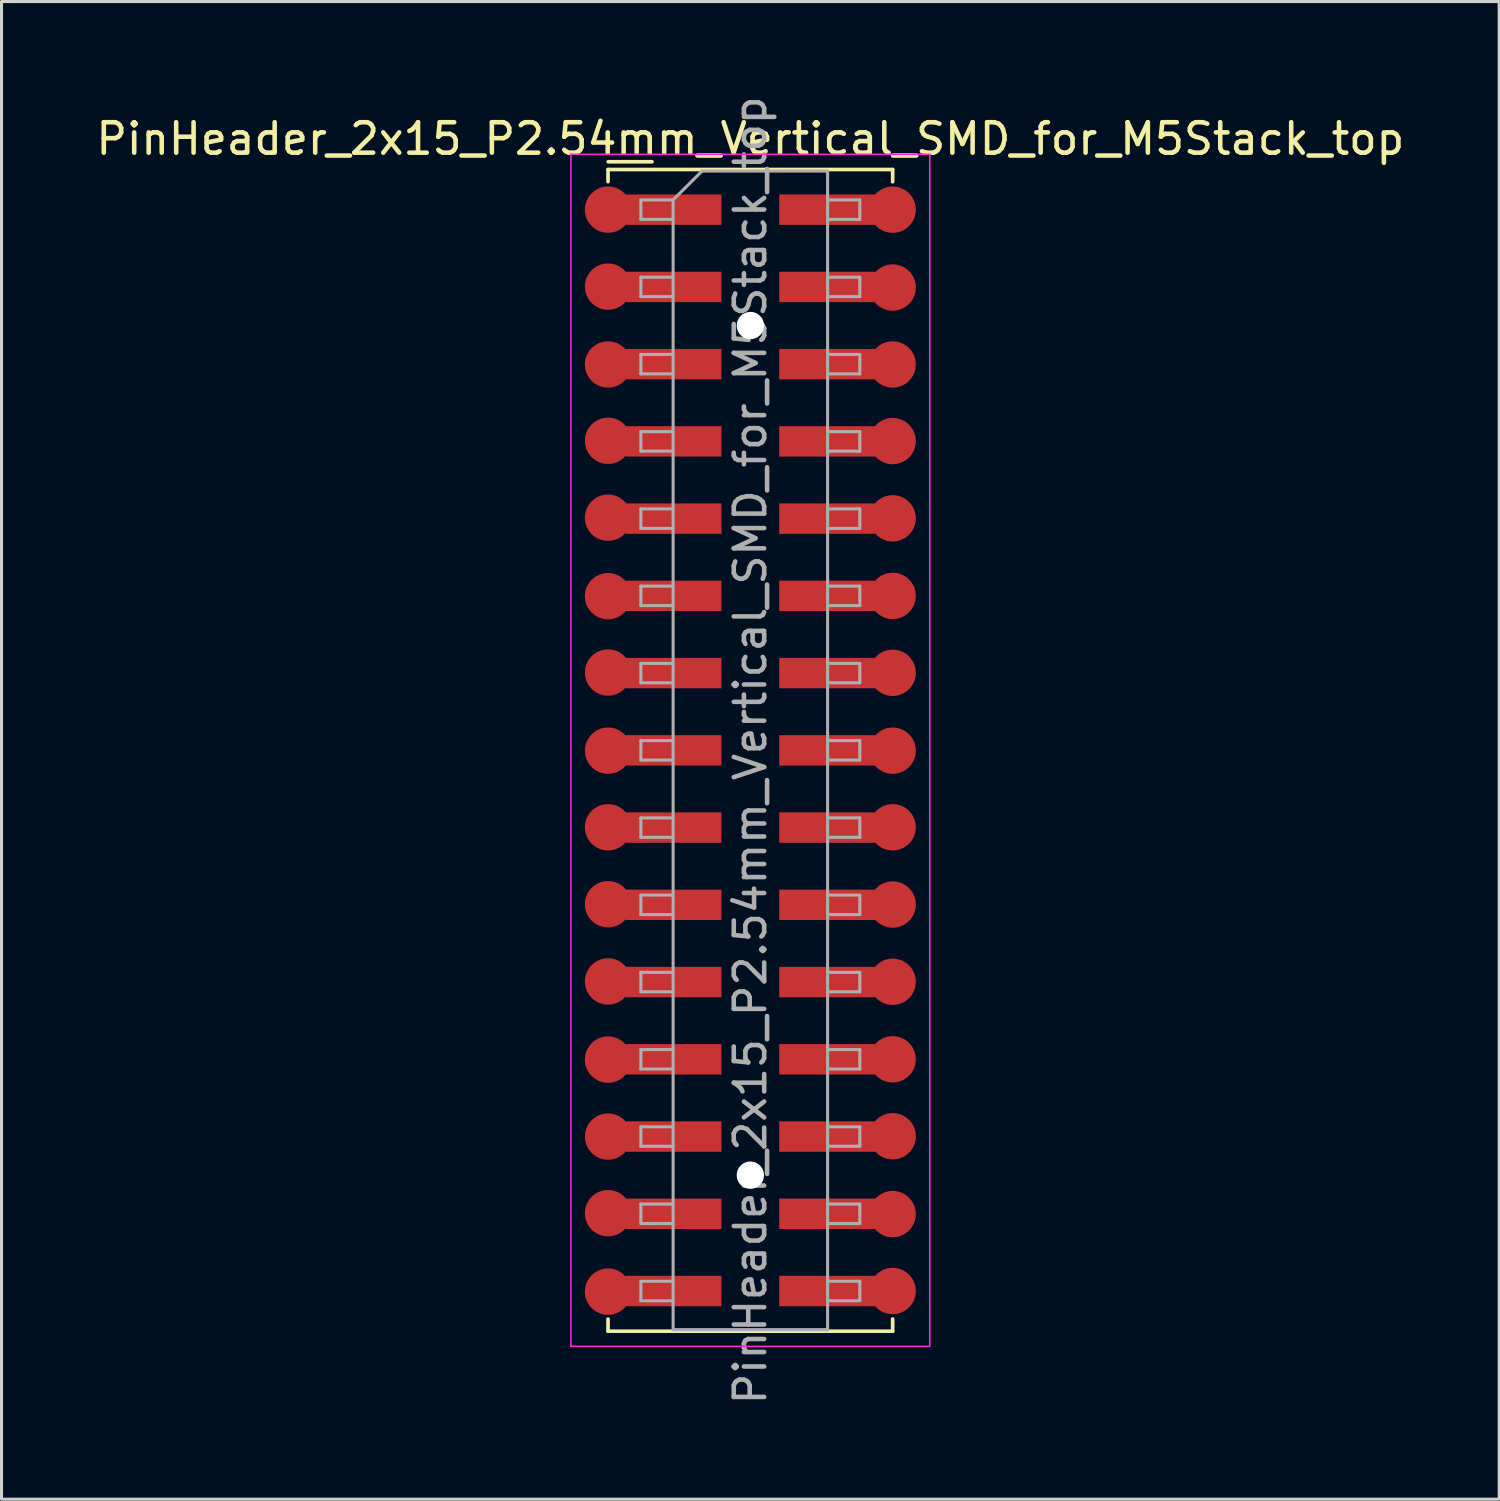
<source format=kicad_pcb>
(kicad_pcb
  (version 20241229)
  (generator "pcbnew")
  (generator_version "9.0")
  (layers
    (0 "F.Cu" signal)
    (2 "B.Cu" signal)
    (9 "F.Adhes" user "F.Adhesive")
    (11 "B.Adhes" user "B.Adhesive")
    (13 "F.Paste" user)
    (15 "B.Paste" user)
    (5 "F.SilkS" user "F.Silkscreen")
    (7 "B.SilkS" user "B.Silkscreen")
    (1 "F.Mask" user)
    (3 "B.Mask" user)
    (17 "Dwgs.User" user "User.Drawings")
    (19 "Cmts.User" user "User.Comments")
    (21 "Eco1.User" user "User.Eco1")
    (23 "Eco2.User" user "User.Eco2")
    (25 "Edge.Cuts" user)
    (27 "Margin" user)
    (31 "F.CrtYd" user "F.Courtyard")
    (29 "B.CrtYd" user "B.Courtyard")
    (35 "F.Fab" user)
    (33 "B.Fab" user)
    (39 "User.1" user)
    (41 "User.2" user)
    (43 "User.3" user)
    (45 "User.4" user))
  (footprint "PinHeader_2x15_P2.54mm_Vertical_SMD_for_M5Stack_top"
    (layer "F.Cu")
    (at 21.625 21.625)
    (property "Reference" "PinHeader_2x15_P2.54mm_Vertical_SMD_for_M5Stack_top" (at 0 -20.11 0) (layer "F.SilkS") (effects (font (size 1 1) (thickness 0.15))))
    (attr smd)
    (fp_line (start -4.68 -19.101) (end -4.68 -18.701) (stroke (width 0.12) (type solid)) (layer "F.SilkS"))
    (fp_line (start -4.68 -19.101) (end 4.68 -19.101) (stroke (width 0.12) (type solid)) (layer "F.SilkS"))
    (fp_line (start -4.68 18.701) (end -4.68 19.101) (stroke (width 0.12) (type solid)) (layer "F.SilkS"))
    (fp_line (start -4.68 19.101) (end 4.68 19.101) (stroke (width 0.12) (type solid)) (layer "F.SilkS"))
    (fp_line (start -4.674 -19.355) (end -3.234 -19.355) (stroke (width 0.12) (type solid)) (layer "F.SilkS"))
    (fp_line (start 4.68 -19.101) (end 4.68 -18.701) (stroke (width 0.12) (type solid)) (layer "F.SilkS"))
    (fp_line (start 4.68 18.701) (end 4.68 19.101) (stroke (width 0.12) (type solid)) (layer "F.SilkS"))
    (fp_line (start -5.9 -19.6) (end -5.9 19.6) (stroke (width 0.05) (type solid)) (layer "F.CrtYd"))
    (fp_line (start -5.9 19.6) (end 5.9 19.6) (stroke (width 0.05) (type solid)) (layer "F.CrtYd"))
    (fp_line (start 5.9 -19.6) (end -5.9 -19.6) (stroke (width 0.05) (type solid)) (layer "F.CrtYd"))
    (fp_line (start 5.9 19.6) (end 5.9 -19.6) (stroke (width 0.05) (type solid)) (layer "F.CrtYd"))
    (fp_line (start -3.6 -18.1) (end -3.6 -17.46) (stroke (width 0.1) (type solid)) (layer "F.Fab"))
    (fp_line (start -3.6 -17.46) (end -2.54 -17.46) (stroke (width 0.1) (type solid)) (layer "F.Fab"))
    (fp_line (start -3.6 -15.56) (end -3.6 -14.92) (stroke (width 0.1) (type solid)) (layer "F.Fab"))
    (fp_line (start -3.6 -14.92) (end -2.54 -14.92) (stroke (width 0.1) (type solid)) (layer "F.Fab"))
    (fp_line (start -3.6 -13.02) (end -3.6 -12.38) (stroke (width 0.1) (type solid)) (layer "F.Fab"))
    (fp_line (start -3.6 -12.38) (end -2.54 -12.38) (stroke (width 0.1) (type solid)) (layer "F.Fab"))
    (fp_line (start -3.6 -10.48) (end -3.6 -9.84) (stroke (width 0.1) (type solid)) (layer "F.Fab"))
    (fp_line (start -3.6 -9.84) (end -2.54 -9.84) (stroke (width 0.1) (type solid)) (layer "F.Fab"))
    (fp_line (start -3.6 -7.94) (end -3.6 -7.3) (stroke (width 0.1) (type solid)) (layer "F.Fab"))
    (fp_line (start -3.6 -7.3) (end -2.54 -7.3) (stroke (width 0.1) (type solid)) (layer "F.Fab"))
    (fp_line (start -3.6 -5.4) (end -3.6 -4.76) (stroke (width 0.1) (type solid)) (layer "F.Fab"))
    (fp_line (start -3.6 -4.76) (end -2.54 -4.76) (stroke (width 0.1) (type solid)) (layer "F.Fab"))
    (fp_line (start -3.6 -2.86) (end -3.6 -2.22) (stroke (width 0.1) (type solid)) (layer "F.Fab"))
    (fp_line (start -3.6 -2.22) (end -2.54 -2.22) (stroke (width 0.1) (type solid)) (layer "F.Fab"))
    (fp_line (start -3.6 -0.32) (end -3.6 0.32) (stroke (width 0.1) (type solid)) (layer "F.Fab"))
    (fp_line (start -3.6 0.32) (end -2.54 0.32) (stroke (width 0.1) (type solid)) (layer "F.Fab"))
    (fp_line (start -3.6 2.22) (end -3.6 2.86) (stroke (width 0.1) (type solid)) (layer "F.Fab"))
    (fp_line (start -3.6 2.86) (end -2.54 2.86) (stroke (width 0.1) (type solid)) (layer "F.Fab"))
    (fp_line (start -3.6 4.76) (end -3.6 5.4) (stroke (width 0.1) (type solid)) (layer "F.Fab"))
    (fp_line (start -3.6 5.4) (end -2.54 5.4) (stroke (width 0.1) (type solid)) (layer "F.Fab"))
    (fp_line (start -3.6 7.3) (end -3.6 7.94) (stroke (width 0.1) (type solid)) (layer "F.Fab"))
    (fp_line (start -3.6 7.94) (end -2.54 7.94) (stroke (width 0.1) (type solid)) (layer "F.Fab"))
    (fp_line (start -3.6 9.84) (end -3.6 10.48) (stroke (width 0.1) (type solid)) (layer "F.Fab"))
    (fp_line (start -3.6 10.48) (end -2.54 10.48) (stroke (width 0.1) (type solid)) (layer "F.Fab"))
    (fp_line (start -3.6 12.38) (end -3.6 13.02) (stroke (width 0.1) (type solid)) (layer "F.Fab"))
    (fp_line (start -3.6 13.02) (end -2.54 13.02) (stroke (width 0.1) (type solid)) (layer "F.Fab"))
    (fp_line (start -3.6 14.92) (end -3.6 15.56) (stroke (width 0.1) (type solid)) (layer "F.Fab"))
    (fp_line (start -3.6 15.56) (end -2.54 15.56) (stroke (width 0.1) (type solid)) (layer "F.Fab"))
    (fp_line (start -3.6 17.46) (end -3.6 18.1) (stroke (width 0.1) (type solid)) (layer "F.Fab"))
    (fp_line (start -3.6 18.1) (end -2.54 18.1) (stroke (width 0.1) (type solid)) (layer "F.Fab"))
    (fp_line (start -2.54 -18.1) (end -3.6 -18.1) (stroke (width 0.1) (type solid)) (layer "F.Fab"))
    (fp_line (start -2.54 -18.1) (end -1.59 -19.05) (stroke (width 0.1) (type solid)) (layer "F.Fab"))
    (fp_line (start -2.54 -15.56) (end -3.6 -15.56) (stroke (width 0.1) (type solid)) (layer "F.Fab"))
    (fp_line (start -2.54 -13.02) (end -3.6 -13.02) (stroke (width 0.1) (type solid)) (layer "F.Fab"))
    (fp_line (start -2.54 -10.48) (end -3.6 -10.48) (stroke (width 0.1) (type solid)) (layer "F.Fab"))
    (fp_line (start -2.54 -7.94) (end -3.6 -7.94) (stroke (width 0.1) (type solid)) (layer "F.Fab"))
    (fp_line (start -2.54 -5.4) (end -3.6 -5.4) (stroke (width 0.1) (type solid)) (layer "F.Fab"))
    (fp_line (start -2.54 -2.86) (end -3.6 -2.86) (stroke (width 0.1) (type solid)) (layer "F.Fab"))
    (fp_line (start -2.54 -0.32) (end -3.6 -0.32) (stroke (width 0.1) (type solid)) (layer "F.Fab"))
    (fp_line (start -2.54 2.22) (end -3.6 2.22) (stroke (width 0.1) (type solid)) (layer "F.Fab"))
    (fp_line (start -2.54 4.76) (end -3.6 4.76) (stroke (width 0.1) (type solid)) (layer "F.Fab"))
    (fp_line (start -2.54 7.3) (end -3.6 7.3) (stroke (width 0.1) (type solid)) (layer "F.Fab"))
    (fp_line (start -2.54 9.84) (end -3.6 9.84) (stroke (width 0.1) (type solid)) (layer "F.Fab"))
    (fp_line (start -2.54 12.38) (end -3.6 12.38) (stroke (width 0.1) (type solid)) (layer "F.Fab"))
    (fp_line (start -2.54 14.92) (end -3.6 14.92) (stroke (width 0.1) (type solid)) (layer "F.Fab"))
    (fp_line (start -2.54 17.46) (end -3.6 17.46) (stroke (width 0.1) (type solid)) (layer "F.Fab"))
    (fp_line (start -2.54 19.05) (end -2.54 -18.1) (stroke (width 0.1) (type solid)) (layer "F.Fab"))
    (fp_line (start -1.59 -19.05) (end 2.54 -19.05) (stroke (width 0.1) (type solid)) (layer "F.Fab"))
    (fp_line (start 2.54 -19.05) (end 2.54 19.05) (stroke (width 0.1) (type solid)) (layer "F.Fab"))
    (fp_line (start 2.54 -18.1) (end 3.6 -18.1) (stroke (width 0.1) (type solid)) (layer "F.Fab"))
    (fp_line (start 2.54 -15.56) (end 3.6 -15.56) (stroke (width 0.1) (type solid)) (layer "F.Fab"))
    (fp_line (start 2.54 -13.02) (end 3.6 -13.02) (stroke (width 0.1) (type solid)) (layer "F.Fab"))
    (fp_line (start 2.54 -10.48) (end 3.6 -10.48) (stroke (width 0.1) (type solid)) (layer "F.Fab"))
    (fp_line (start 2.54 -7.94) (end 3.6 -7.94) (stroke (width 0.1) (type solid)) (layer "F.Fab"))
    (fp_line (start 2.54 -5.4) (end 3.6 -5.4) (stroke (width 0.1) (type solid)) (layer "F.Fab"))
    (fp_line (start 2.54 -2.86) (end 3.6 -2.86) (stroke (width 0.1) (type solid)) (layer "F.Fab"))
    (fp_line (start 2.54 -0.32) (end 3.6 -0.32) (stroke (width 0.1) (type solid)) (layer "F.Fab"))
    (fp_line (start 2.54 2.22) (end 3.6 2.22) (stroke (width 0.1) (type solid)) (layer "F.Fab"))
    (fp_line (start 2.54 4.76) (end 3.6 4.76) (stroke (width 0.1) (type solid)) (layer "F.Fab"))
    (fp_line (start 2.54 7.3) (end 3.6 7.3) (stroke (width 0.1) (type solid)) (layer "F.Fab"))
    (fp_line (start 2.54 9.84) (end 3.6 9.84) (stroke (width 0.1) (type solid)) (layer "F.Fab"))
    (fp_line (start 2.54 12.38) (end 3.6 12.38) (stroke (width 0.1) (type solid)) (layer "F.Fab"))
    (fp_line (start 2.54 14.92) (end 3.6 14.92) (stroke (width 0.1) (type solid)) (layer "F.Fab"))
    (fp_line (start 2.54 17.46) (end 3.6 17.46) (stroke (width 0.1) (type solid)) (layer "F.Fab"))
    (fp_line (start 2.54 19.05) (end -2.54 19.05) (stroke (width 0.1) (type solid)) (layer "F.Fab"))
    (fp_line (start 3.6 -18.1) (end 3.6 -17.46) (stroke (width 0.1) (type solid)) (layer "F.Fab"))
    (fp_line (start 3.6 -17.46) (end 2.54 -17.46) (stroke (width 0.1) (type solid)) (layer "F.Fab"))
    (fp_line (start 3.6 -15.56) (end 3.6 -14.92) (stroke (width 0.1) (type solid)) (layer "F.Fab"))
    (fp_line (start 3.6 -14.92) (end 2.54 -14.92) (stroke (width 0.1) (type solid)) (layer "F.Fab"))
    (fp_line (start 3.6 -13.02) (end 3.6 -12.38) (stroke (width 0.1) (type solid)) (layer "F.Fab"))
    (fp_line (start 3.6 -12.38) (end 2.54 -12.38) (stroke (width 0.1) (type solid)) (layer "F.Fab"))
    (fp_line (start 3.6 -10.48) (end 3.6 -9.84) (stroke (width 0.1) (type solid)) (layer "F.Fab"))
    (fp_line (start 3.6 -9.84) (end 2.54 -9.84) (stroke (width 0.1) (type solid)) (layer "F.Fab"))
    (fp_line (start 3.6 -7.94) (end 3.6 -7.3) (stroke (width 0.1) (type solid)) (layer "F.Fab"))
    (fp_line (start 3.6 -7.3) (end 2.54 -7.3) (stroke (width 0.1) (type solid)) (layer "F.Fab"))
    (fp_line (start 3.6 -5.4) (end 3.6 -4.76) (stroke (width 0.1) (type solid)) (layer "F.Fab"))
    (fp_line (start 3.6 -4.76) (end 2.54 -4.76) (stroke (width 0.1) (type solid)) (layer "F.Fab"))
    (fp_line (start 3.6 -2.86) (end 3.6 -2.22) (stroke (width 0.1) (type solid)) (layer "F.Fab"))
    (fp_line (start 3.6 -2.22) (end 2.54 -2.22) (stroke (width 0.1) (type solid)) (layer "F.Fab"))
    (fp_line (start 3.6 -0.32) (end 3.6 0.32) (stroke (width 0.1) (type solid)) (layer "F.Fab"))
    (fp_line (start 3.6 0.32) (end 2.54 0.32) (stroke (width 0.1) (type solid)) (layer "F.Fab"))
    (fp_line (start 3.6 2.22) (end 3.6 2.86) (stroke (width 0.1) (type solid)) (layer "F.Fab"))
    (fp_line (start 3.6 2.86) (end 2.54 2.86) (stroke (width 0.1) (type solid)) (layer "F.Fab"))
    (fp_line (start 3.6 4.76) (end 3.6 5.4) (stroke (width 0.1) (type solid)) (layer "F.Fab"))
    (fp_line (start 3.6 5.4) (end 2.54 5.4) (stroke (width 0.1) (type solid)) (layer "F.Fab"))
    (fp_line (start 3.6 7.3) (end 3.6 7.94) (stroke (width 0.1) (type solid)) (layer "F.Fab"))
    (fp_line (start 3.6 7.94) (end 2.54 7.94) (stroke (width 0.1) (type solid)) (layer "F.Fab"))
    (fp_line (start 3.6 9.84) (end 3.6 10.48) (stroke (width 0.1) (type solid)) (layer "F.Fab"))
    (fp_line (start 3.6 10.48) (end 2.54 10.48) (stroke (width 0.1) (type solid)) (layer "F.Fab"))
    (fp_line (start 3.6 12.38) (end 3.6 13.02) (stroke (width 0.1) (type solid)) (layer "F.Fab"))
    (fp_line (start 3.6 13.02) (end 2.54 13.02) (stroke (width 0.1) (type solid)) (layer "F.Fab"))
    (fp_line (start 3.6 14.92) (end 3.6 15.56) (stroke (width 0.1) (type solid)) (layer "F.Fab"))
    (fp_line (start 3.6 15.56) (end 2.54 15.56) (stroke (width 0.1) (type solid)) (layer "F.Fab"))
    (fp_line (start 3.6 17.46) (end 3.6 18.1) (stroke (width 0.1) (type solid)) (layer "F.Fab"))
    (fp_line (start 3.6 18.1) (end 2.54 18.1) (stroke (width 0.1) (type solid)) (layer "F.Fab"))
    (fp_text user "${REFERENCE}" (at 0 0 90) (layer "F.Fab") (effects (font (size 1 1) (thickness 0.15))))
    (pad "" np_thru_hole circle (at 0 -13.97) (size 0.9 0.9) (drill 0.9) (layers "*.Cu" "*.Mask"))
    (pad "" np_thru_hole circle (at 0 13.97) (size 0.9 0.9) (drill 0.9) (layers "*.Cu" "*.Mask"))
    (pad "1" smd circle (at -4.68 -17.78) (size 1.524 1.524) (layers "F.Cu" "F.Mask" "F.Paste"))
    (pad "1" smd rect (at -2.525 -17.78) (size 3.15 1) (layers "F.Cu" "F.Mask" "F.Paste"))
    (pad "2" smd rect (at 2.525 -17.78) (size 3.15 1) (layers "F.Cu" "F.Mask" "F.Paste"))
    (pad "2" smd circle (at 4.68 -17.78) (size 1.524 1.524) (layers "F.Cu" "F.Mask" "F.Paste"))
    (pad "3" smd circle (at -4.68 -15.25) (size 1.524 1.524) (layers "F.Cu" "F.Mask" "F.Paste"))
    (pad "3" smd rect (at -2.525 -15.24) (size 3.15 1) (layers "F.Cu" "F.Mask" "F.Paste"))
    (pad "4" smd rect (at 2.525 -15.24) (size 3.15 1) (layers "F.Cu" "F.Mask" "F.Paste"))
    (pad "4" smd circle (at 4.68 -15.22) (size 1.524 1.524) (layers "F.Cu" "F.Mask" "F.Paste"))
    (pad "5" smd circle (at -4.68 -12.69) (size 1.524 1.524) (layers "F.Cu" "F.Mask" "F.Paste"))
    (pad "5" smd rect (at -2.525 -12.7) (size 3.15 1) (layers "F.Cu" "F.Mask" "F.Paste"))
    (pad "6" smd rect (at 2.525 -12.7) (size 3.15 1) (layers "F.Cu" "F.Mask" "F.Paste"))
    (pad "6" smd circle (at 4.68 -12.69) (size 1.524 1.524) (layers "F.Cu" "F.Mask" "F.Paste"))
    (pad "7" smd circle (at -4.68 -10.18) (size 1.524 1.524) (layers "F.Cu" "F.Mask" "F.Paste"))
    (pad "7" smd rect (at -2.525 -10.16) (size 3.15 1) (layers "F.Cu" "F.Mask" "F.Paste"))
    (pad "8" smd rect (at 2.525 -10.16) (size 3.15 1) (layers "F.Cu" "F.Mask" "F.Paste"))
    (pad "8" smd circle (at 4.68 -10.17) (size 1.524 1.524) (layers "F.Cu" "F.Mask" "F.Paste"))
    (pad "9" smd circle (at -4.68 -7.65) (size 1.524 1.524) (layers "F.Cu" "F.Mask" "F.Paste"))
    (pad "9" smd rect (at -2.525 -7.62) (size 3.15 1) (layers "F.Cu" "F.Mask" "F.Paste"))
    (pad "10" smd rect (at 2.525 -7.62) (size 3.15 1) (layers "F.Cu" "F.Mask" "F.Paste"))
    (pad "10" smd circle (at 4.68 -7.63) (size 1.524 1.524) (layers "F.Cu" "F.Mask" "F.Paste"))
    (pad "11" smd circle (at -4.68 -5.07) (size 1.524 1.524) (layers "F.Cu" "F.Mask" "F.Paste"))
    (pad "11" smd rect (at -2.525 -5.08) (size 3.15 1) (layers "F.Cu" "F.Mask" "F.Paste"))
    (pad "12" smd rect (at 2.525 -5.08) (size 3.15 1) (layers "F.Cu" "F.Mask" "F.Paste"))
    (pad "12" smd circle (at 4.68 -5.08) (size 1.524 1.524) (layers "F.Cu" "F.Mask" "F.Paste"))
    (pad "13" smd circle (at -4.68 -2.56) (size 1.524 1.524) (layers "F.Cu" "F.Mask" "F.Paste"))
    (pad "13" smd rect (at -2.525 -2.54) (size 3.15 1) (layers "F.Cu" "F.Mask" "F.Paste"))
    (pad "14" smd rect (at 2.525 -2.54) (size 3.15 1) (layers "F.Cu" "F.Mask" "F.Paste"))
    (pad "14" smd circle (at 4.68 -2.55) (size 1.524 1.524) (layers "F.Cu" "F.Mask" "F.Paste"))
    (pad "15" smd circle (at -4.68 0.01) (size 1.524 1.524) (layers "F.Cu" "F.Mask" "F.Paste"))
    (pad "15" smd rect (at -2.525 0) (size 3.15 1) (layers "F.Cu" "F.Mask" "F.Paste"))
    (pad "16" smd rect (at 2.525 0) (size 3.15 1) (layers "F.Cu" "F.Mask" "F.Paste"))
    (pad "16" smd circle (at 4.68 0.01) (size 1.524 1.524) (layers "F.Cu" "F.Mask" "F.Paste"))
    (pad "17" smd circle (at -4.68 2.53) (size 1.524 1.524) (layers "F.Cu" "F.Mask" "F.Paste"))
    (pad "17" smd rect (at -2.525 2.54) (size 3.15 1) (layers "F.Cu" "F.Mask" "F.Paste"))
    (pad "18" smd rect (at 2.525 2.54) (size 3.15 1) (layers "F.Cu" "F.Mask" "F.Paste"))
    (pad "18" smd circle (at 4.68 2.53) (size 1.524 1.524) (layers "F.Cu" "F.Mask" "F.Paste"))
    (pad "19" smd circle (at -4.68 5.06) (size 1.524 1.524) (layers "F.Cu" "F.Mask" "F.Paste"))
    (pad "19" smd rect (at -2.525 5.08) (size 3.15 1) (layers "F.Cu" "F.Mask" "F.Paste"))
    (pad "20" smd rect (at 2.525 5.08) (size 3.15 1) (layers "F.Cu" "F.Mask" "F.Paste"))
    (pad "20" smd circle (at 4.68 5.07) (size 1.524 1.524) (layers "F.Cu" "F.Mask" "F.Paste"))
    (pad "21" smd circle (at -4.68 7.6) (size 1.524 1.524) (layers "F.Cu" "F.Mask" "F.Paste"))
    (pad "21" smd rect (at -2.525 7.62) (size 3.15 1) (layers "F.Cu" "F.Mask" "F.Paste"))
    (pad "22" smd rect (at 2.525 7.62) (size 3.15 1) (layers "F.Cu" "F.Mask" "F.Paste"))
    (pad "22" smd circle (at 4.68 7.61) (size 1.524 1.524) (layers "F.Cu" "F.Mask" "F.Paste"))
    (pad "23" smd circle (at -4.68 10.17) (size 1.524 1.524) (layers "F.Cu" "F.Mask" "F.Paste"))
    (pad "23" smd rect (at -2.525 10.16) (size 3.15 1) (layers "F.Cu" "F.Mask" "F.Paste"))
    (pad "24" smd rect (at 2.525 10.16) (size 3.15 1) (layers "F.Cu" "F.Mask" "F.Paste"))
    (pad "24" smd circle (at 4.68 10.16 90) (size 1.524 1.524) (layers "F.Cu" "F.Mask" "F.Paste"))
    (pad "25" smd circle (at -4.68 12.7) (size 1.524 1.524) (layers "F.Cu" "F.Mask" "F.Paste"))
    (pad "25" smd rect (at -2.525 12.7) (size 3.15 1) (layers "F.Cu" "F.Mask" "F.Paste"))
    (pad "26" smd rect (at 2.525 12.7) (size 3.15 1) (layers "F.Cu" "F.Mask" "F.Paste"))
    (pad "26" smd circle (at 4.68 12.69) (size 1.524 1.524) (layers "F.Cu" "F.Mask" "F.Paste"))
    (pad "27" smd circle (at -4.68 15.22) (size 1.524 1.524) (layers "F.Cu" "F.Mask" "F.Paste"))
    (pad "27" smd rect (at -2.525 15.24) (size 3.15 1) (layers "F.Cu" "F.Mask" "F.Paste"))
    (pad "28" smd rect (at 2.525 15.24) (size 3.15 1) (layers "F.Cu" "F.Mask" "F.Paste"))
    (pad "28" smd circle (at 4.68 15.25) (size 1.524 1.524) (layers "F.Cu" "F.Mask" "F.Paste"))
    (pad "29" smd circle (at -4.68 17.8) (size 1.524 1.524) (layers "F.Cu" "F.Mask" "F.Paste"))
    (pad "29" smd rect (at -2.525 17.78) (size 3.15 1) (layers "F.Cu" "F.Mask" "F.Paste"))
    (pad "30" smd rect (at 2.525 17.78) (size 3.15 1) (layers "F.Cu" "F.Mask" "F.Paste"))
    (pad "30" smd circle (at 4.68 17.78) (size 1.524 1.524) (layers "F.Cu" "F.Mask" "F.Paste")))
  (gr_rect
    (start -3 -3)
    (end 46.25 46.25)
    (stroke (width 0.1) (type default))
    (fill no)
    (layer "Edge.Cuts")))
</source>
